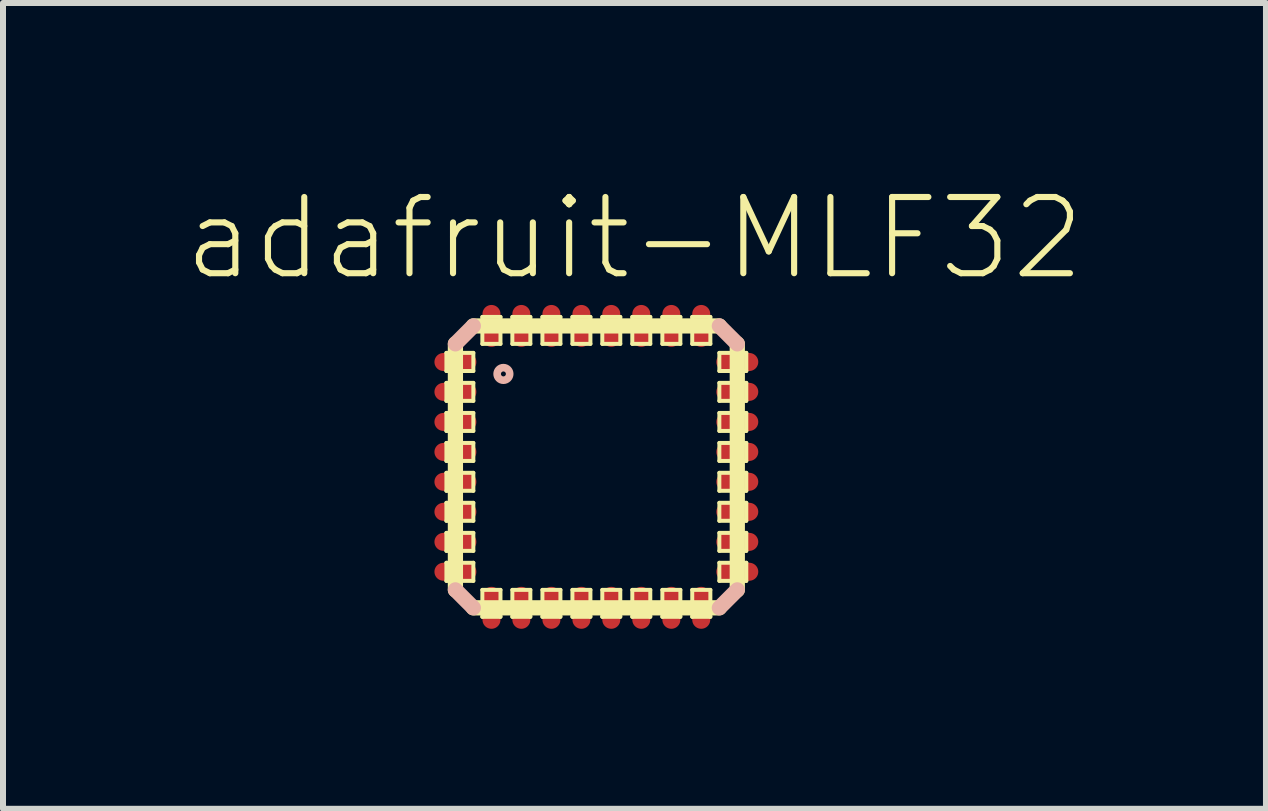
<source format=kicad_pcb>
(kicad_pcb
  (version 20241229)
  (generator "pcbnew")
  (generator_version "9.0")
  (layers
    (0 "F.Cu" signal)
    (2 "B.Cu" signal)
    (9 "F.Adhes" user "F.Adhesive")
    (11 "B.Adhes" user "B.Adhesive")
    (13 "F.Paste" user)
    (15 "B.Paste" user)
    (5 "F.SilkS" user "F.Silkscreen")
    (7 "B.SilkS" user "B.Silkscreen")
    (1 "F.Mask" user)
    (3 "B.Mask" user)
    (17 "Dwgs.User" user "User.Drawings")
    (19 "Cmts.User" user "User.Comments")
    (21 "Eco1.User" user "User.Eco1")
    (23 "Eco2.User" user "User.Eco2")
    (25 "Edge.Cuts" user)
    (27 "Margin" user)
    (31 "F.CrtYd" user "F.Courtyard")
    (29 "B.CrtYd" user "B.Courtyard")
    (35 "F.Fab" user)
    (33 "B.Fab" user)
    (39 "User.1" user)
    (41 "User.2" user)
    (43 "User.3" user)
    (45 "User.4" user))
  (footprint "adafruit-MLF32"
    (layer "F.Cu")
    (at 6.889 4.731)
    (property "Reference" "adafruit-MLF32" (at 0.635 -3.81 0) (layer "F.SilkS") (effects (font (size 1.27 1.27) (thickness 0.102))))
    (attr smd)
    (fp_line (start -2.499 -1.9) (end -2.05 -1.9) (stroke (width 0.066) (type solid)) (layer "F.SilkS"))
    (fp_line (start -2.499 -1.598) (end -2.499 -1.9) (stroke (width 0.066) (type solid)) (layer "F.SilkS"))
    (fp_line (start -2.499 -1.598) (end -2.05 -1.598) (stroke (width 0.066) (type solid)) (layer "F.SilkS"))
    (fp_line (start -2.499 -1.4) (end -2.05 -1.4) (stroke (width 0.066) (type solid)) (layer "F.SilkS"))
    (fp_line (start -2.499 -1.1) (end -2.499 -1.4) (stroke (width 0.066) (type solid)) (layer "F.SilkS"))
    (fp_line (start -2.499 -1.1) (end -2.05 -1.1) (stroke (width 0.066) (type solid)) (layer "F.SilkS"))
    (fp_line (start -2.499 -0.899) (end -2.05 -0.899) (stroke (width 0.066) (type solid)) (layer "F.SilkS"))
    (fp_line (start -2.499 -0.599) (end -2.499 -0.899) (stroke (width 0.066) (type solid)) (layer "F.SilkS"))
    (fp_line (start -2.499 -0.599) (end -2.05 -0.599) (stroke (width 0.066) (type solid)) (layer "F.SilkS"))
    (fp_line (start -2.499 -0.399) (end -2.05 -0.399) (stroke (width 0.066) (type solid)) (layer "F.SilkS"))
    (fp_line (start -2.499 -0.099) (end -2.499 -0.399) (stroke (width 0.066) (type solid)) (layer "F.SilkS"))
    (fp_line (start -2.499 -0.099) (end -2.05 -0.099) (stroke (width 0.066) (type solid)) (layer "F.SilkS"))
    (fp_line (start -2.499 0.099) (end -2.05 0.099) (stroke (width 0.066) (type solid)) (layer "F.SilkS"))
    (fp_line (start -2.499 0.399) (end -2.499 0.099) (stroke (width 0.066) (type solid)) (layer "F.SilkS"))
    (fp_line (start -2.499 0.399) (end -2.05 0.399) (stroke (width 0.066) (type solid)) (layer "F.SilkS"))
    (fp_line (start -2.499 0.599) (end -2.05 0.599) (stroke (width 0.066) (type solid)) (layer "F.SilkS"))
    (fp_line (start -2.499 0.899) (end -2.499 0.599) (stroke (width 0.066) (type solid)) (layer "F.SilkS"))
    (fp_line (start -2.499 0.899) (end -2.05 0.899) (stroke (width 0.066) (type solid)) (layer "F.SilkS"))
    (fp_line (start -2.499 1.1) (end -2.05 1.1) (stroke (width 0.066) (type solid)) (layer "F.SilkS"))
    (fp_line (start -2.499 1.4) (end -2.499 1.1) (stroke (width 0.066) (type solid)) (layer "F.SilkS"))
    (fp_line (start -2.499 1.4) (end -2.05 1.4) (stroke (width 0.066) (type solid)) (layer "F.SilkS"))
    (fp_line (start -2.499 1.598) (end -2.05 1.598) (stroke (width 0.066) (type solid)) (layer "F.SilkS"))
    (fp_line (start -2.499 1.9) (end -2.499 1.598) (stroke (width 0.066) (type solid)) (layer "F.SilkS"))
    (fp_line (start -2.499 1.9) (end -2.05 1.9) (stroke (width 0.066) (type solid)) (layer "F.SilkS"))
    (fp_line (start -2.349 2.05) (end -2.349 -2.05) (stroke (width 0.254) (type solid)) (layer "F.SilkS"))
    (fp_line (start -2.05 -2.349) (end 2.05 -2.349) (stroke (width 0.254) (type solid)) (layer "F.SilkS"))
    (fp_line (start -2.05 -1.598) (end -2.05 -1.9) (stroke (width 0.066) (type solid)) (layer "F.SilkS"))
    (fp_line (start -2.05 -1.1) (end -2.05 -1.4) (stroke (width 0.066) (type solid)) (layer "F.SilkS"))
    (fp_line (start -2.05 -0.599) (end -2.05 -0.899) (stroke (width 0.066) (type solid)) (layer "F.SilkS"))
    (fp_line (start -2.05 -0.099) (end -2.05 -0.399) (stroke (width 0.066) (type solid)) (layer "F.SilkS"))
    (fp_line (start -2.05 0.399) (end -2.05 0.099) (stroke (width 0.066) (type solid)) (layer "F.SilkS"))
    (fp_line (start -2.05 0.899) (end -2.05 0.599) (stroke (width 0.066) (type solid)) (layer "F.SilkS"))
    (fp_line (start -2.05 1.4) (end -2.05 1.1) (stroke (width 0.066) (type solid)) (layer "F.SilkS"))
    (fp_line (start -2.05 1.9) (end -2.05 1.598) (stroke (width 0.066) (type solid)) (layer "F.SilkS"))
    (fp_line (start -1.9 -2.499) (end -1.598 -2.499) (stroke (width 0.066) (type solid)) (layer "F.SilkS"))
    (fp_line (start -1.9 -2.05) (end -1.9 -2.499) (stroke (width 0.066) (type solid)) (layer "F.SilkS"))
    (fp_line (start -1.9 -2.05) (end -1.598 -2.05) (stroke (width 0.066) (type solid)) (layer "F.SilkS"))
    (fp_line (start -1.9 2.05) (end -1.598 2.05) (stroke (width 0.066) (type solid)) (layer "F.SilkS"))
    (fp_line (start -1.9 2.499) (end -1.9 2.05) (stroke (width 0.066) (type solid)) (layer "F.SilkS"))
    (fp_line (start -1.9 2.499) (end -1.598 2.499) (stroke (width 0.066) (type solid)) (layer "F.SilkS"))
    (fp_line (start -1.598 -2.05) (end -1.598 -2.499) (stroke (width 0.066) (type solid)) (layer "F.SilkS"))
    (fp_line (start -1.598 2.499) (end -1.598 2.05) (stroke (width 0.066) (type solid)) (layer "F.SilkS"))
    (fp_line (start -1.4 -2.499) (end -1.1 -2.499) (stroke (width 0.066) (type solid)) (layer "F.SilkS"))
    (fp_line (start -1.4 -2.05) (end -1.4 -2.499) (stroke (width 0.066) (type solid)) (layer "F.SilkS"))
    (fp_line (start -1.4 -2.05) (end -1.1 -2.05) (stroke (width 0.066) (type solid)) (layer "F.SilkS"))
    (fp_line (start -1.4 2.05) (end -1.1 2.05) (stroke (width 0.066) (type solid)) (layer "F.SilkS"))
    (fp_line (start -1.4 2.499) (end -1.4 2.05) (stroke (width 0.066) (type solid)) (layer "F.SilkS"))
    (fp_line (start -1.4 2.499) (end -1.1 2.499) (stroke (width 0.066) (type solid)) (layer "F.SilkS"))
    (fp_line (start -1.1 -2.05) (end -1.1 -2.499) (stroke (width 0.066) (type solid)) (layer "F.SilkS"))
    (fp_line (start -1.1 2.499) (end -1.1 2.05) (stroke (width 0.066) (type solid)) (layer "F.SilkS"))
    (fp_line (start -0.899 -2.499) (end -0.599 -2.499) (stroke (width 0.066) (type solid)) (layer "F.SilkS"))
    (fp_line (start -0.899 -2.05) (end -0.899 -2.499) (stroke (width 0.066) (type solid)) (layer "F.SilkS"))
    (fp_line (start -0.899 -2.05) (end -0.599 -2.05) (stroke (width 0.066) (type solid)) (layer "F.SilkS"))
    (fp_line (start -0.899 2.05) (end -0.599 2.05) (stroke (width 0.066) (type solid)) (layer "F.SilkS"))
    (fp_line (start -0.899 2.499) (end -0.899 2.05) (stroke (width 0.066) (type solid)) (layer "F.SilkS"))
    (fp_line (start -0.899 2.499) (end -0.599 2.499) (stroke (width 0.066) (type solid)) (layer "F.SilkS"))
    (fp_line (start -0.599 -2.05) (end -0.599 -2.499) (stroke (width 0.066) (type solid)) (layer "F.SilkS"))
    (fp_line (start -0.599 2.499) (end -0.599 2.05) (stroke (width 0.066) (type solid)) (layer "F.SilkS"))
    (fp_line (start -0.399 -2.499) (end -0.099 -2.499) (stroke (width 0.066) (type solid)) (layer "F.SilkS"))
    (fp_line (start -0.399 -2.05) (end -0.399 -2.499) (stroke (width 0.066) (type solid)) (layer "F.SilkS"))
    (fp_line (start -0.399 -2.05) (end -0.099 -2.05) (stroke (width 0.066) (type solid)) (layer "F.SilkS"))
    (fp_line (start -0.399 2.05) (end -0.099 2.05) (stroke (width 0.066) (type solid)) (layer "F.SilkS"))
    (fp_line (start -0.399 2.499) (end -0.399 2.05) (stroke (width 0.066) (type solid)) (layer "F.SilkS"))
    (fp_line (start -0.399 2.499) (end -0.099 2.499) (stroke (width 0.066) (type solid)) (layer "F.SilkS"))
    (fp_line (start -0.099 -2.05) (end -0.099 -2.499) (stroke (width 0.066) (type solid)) (layer "F.SilkS"))
    (fp_line (start -0.099 2.499) (end -0.099 2.05) (stroke (width 0.066) (type solid)) (layer "F.SilkS"))
    (fp_line (start 0.099 -2.499) (end 0.399 -2.499) (stroke (width 0.066) (type solid)) (layer "F.SilkS"))
    (fp_line (start 0.099 -2.05) (end 0.099 -2.499) (stroke (width 0.066) (type solid)) (layer "F.SilkS"))
    (fp_line (start 0.099 -2.05) (end 0.399 -2.05) (stroke (width 0.066) (type solid)) (layer "F.SilkS"))
    (fp_line (start 0.099 2.05) (end 0.399 2.05) (stroke (width 0.066) (type solid)) (layer "F.SilkS"))
    (fp_line (start 0.099 2.499) (end 0.099 2.05) (stroke (width 0.066) (type solid)) (layer "F.SilkS"))
    (fp_line (start 0.099 2.499) (end 0.399 2.499) (stroke (width 0.066) (type solid)) (layer "F.SilkS"))
    (fp_line (start 0.399 -2.05) (end 0.399 -2.499) (stroke (width 0.066) (type solid)) (layer "F.SilkS"))
    (fp_line (start 0.399 2.499) (end 0.399 2.05) (stroke (width 0.066) (type solid)) (layer "F.SilkS"))
    (fp_line (start 0.599 -2.499) (end 0.899 -2.499) (stroke (width 0.066) (type solid)) (layer "F.SilkS"))
    (fp_line (start 0.599 -2.05) (end 0.599 -2.499) (stroke (width 0.066) (type solid)) (layer "F.SilkS"))
    (fp_line (start 0.599 -2.05) (end 0.899 -2.05) (stroke (width 0.066) (type solid)) (layer "F.SilkS"))
    (fp_line (start 0.599 2.05) (end 0.899 2.05) (stroke (width 0.066) (type solid)) (layer "F.SilkS"))
    (fp_line (start 0.599 2.499) (end 0.599 2.05) (stroke (width 0.066) (type solid)) (layer "F.SilkS"))
    (fp_line (start 0.599 2.499) (end 0.899 2.499) (stroke (width 0.066) (type solid)) (layer "F.SilkS"))
    (fp_line (start 0.899 -2.05) (end 0.899 -2.499) (stroke (width 0.066) (type solid)) (layer "F.SilkS"))
    (fp_line (start 0.899 2.499) (end 0.899 2.05) (stroke (width 0.066) (type solid)) (layer "F.SilkS"))
    (fp_line (start 1.1 -2.499) (end 1.4 -2.499) (stroke (width 0.066) (type solid)) (layer "F.SilkS"))
    (fp_line (start 1.1 -2.05) (end 1.1 -2.499) (stroke (width 0.066) (type solid)) (layer "F.SilkS"))
    (fp_line (start 1.1 -2.05) (end 1.4 -2.05) (stroke (width 0.066) (type solid)) (layer "F.SilkS"))
    (fp_line (start 1.1 2.05) (end 1.4 2.05) (stroke (width 0.066) (type solid)) (layer "F.SilkS"))
    (fp_line (start 1.1 2.499) (end 1.1 2.05) (stroke (width 0.066) (type solid)) (layer "F.SilkS"))
    (fp_line (start 1.1 2.499) (end 1.4 2.499) (stroke (width 0.066) (type solid)) (layer "F.SilkS"))
    (fp_line (start 1.4 -2.05) (end 1.4 -2.499) (stroke (width 0.066) (type solid)) (layer "F.SilkS"))
    (fp_line (start 1.4 2.499) (end 1.4 2.05) (stroke (width 0.066) (type solid)) (layer "F.SilkS"))
    (fp_line (start 1.598 -2.499) (end 1.9 -2.499) (stroke (width 0.066) (type solid)) (layer "F.SilkS"))
    (fp_line (start 1.598 -2.05) (end 1.598 -2.499) (stroke (width 0.066) (type solid)) (layer "F.SilkS"))
    (fp_line (start 1.598 -2.05) (end 1.9 -2.05) (stroke (width 0.066) (type solid)) (layer "F.SilkS"))
    (fp_line (start 1.598 2.05) (end 1.9 2.05) (stroke (width 0.066) (type solid)) (layer "F.SilkS"))
    (fp_line (start 1.598 2.499) (end 1.598 2.05) (stroke (width 0.066) (type solid)) (layer "F.SilkS"))
    (fp_line (start 1.598 2.499) (end 1.9 2.499) (stroke (width 0.066) (type solid)) (layer "F.SilkS"))
    (fp_line (start 1.9 -2.05) (end 1.9 -2.499) (stroke (width 0.066) (type solid)) (layer "F.SilkS"))
    (fp_line (start 1.9 2.499) (end 1.9 2.05) (stroke (width 0.066) (type solid)) (layer "F.SilkS"))
    (fp_line (start 2.05 -1.9) (end 2.499 -1.9) (stroke (width 0.066) (type solid)) (layer "F.SilkS"))
    (fp_line (start 2.05 -1.598) (end 2.05 -1.9) (stroke (width 0.066) (type solid)) (layer "F.SilkS"))
    (fp_line (start 2.05 -1.598) (end 2.499 -1.598) (stroke (width 0.066) (type solid)) (layer "F.SilkS"))
    (fp_line (start 2.05 -1.4) (end 2.499 -1.4) (stroke (width 0.066) (type solid)) (layer "F.SilkS"))
    (fp_line (start 2.05 -1.1) (end 2.05 -1.4) (stroke (width 0.066) (type solid)) (layer "F.SilkS"))
    (fp_line (start 2.05 -1.1) (end 2.499 -1.1) (stroke (width 0.066) (type solid)) (layer "F.SilkS"))
    (fp_line (start 2.05 -0.899) (end 2.499 -0.899) (stroke (width 0.066) (type solid)) (layer "F.SilkS"))
    (fp_line (start 2.05 -0.599) (end 2.05 -0.899) (stroke (width 0.066) (type solid)) (layer "F.SilkS"))
    (fp_line (start 2.05 -0.599) (end 2.499 -0.599) (stroke (width 0.066) (type solid)) (layer "F.SilkS"))
    (fp_line (start 2.05 -0.399) (end 2.499 -0.399) (stroke (width 0.066) (type solid)) (layer "F.SilkS"))
    (fp_line (start 2.05 -0.099) (end 2.05 -0.399) (stroke (width 0.066) (type solid)) (layer "F.SilkS"))
    (fp_line (start 2.05 -0.099) (end 2.499 -0.099) (stroke (width 0.066) (type solid)) (layer "F.SilkS"))
    (fp_line (start 2.05 0.099) (end 2.499 0.099) (stroke (width 0.066) (type solid)) (layer "F.SilkS"))
    (fp_line (start 2.05 0.399) (end 2.05 0.099) (stroke (width 0.066) (type solid)) (layer "F.SilkS"))
    (fp_line (start 2.05 0.399) (end 2.499 0.399) (stroke (width 0.066) (type solid)) (layer "F.SilkS"))
    (fp_line (start 2.05 0.599) (end 2.499 0.599) (stroke (width 0.066) (type solid)) (layer "F.SilkS"))
    (fp_line (start 2.05 0.899) (end 2.05 0.599) (stroke (width 0.066) (type solid)) (layer "F.SilkS"))
    (fp_line (start 2.05 0.899) (end 2.499 0.899) (stroke (width 0.066) (type solid)) (layer "F.SilkS"))
    (fp_line (start 2.05 1.1) (end 2.499 1.1) (stroke (width 0.066) (type solid)) (layer "F.SilkS"))
    (fp_line (start 2.05 1.4) (end 2.05 1.1) (stroke (width 0.066) (type solid)) (layer "F.SilkS"))
    (fp_line (start 2.05 1.4) (end 2.499 1.4) (stroke (width 0.066) (type solid)) (layer "F.SilkS"))
    (fp_line (start 2.05 1.598) (end 2.499 1.598) (stroke (width 0.066) (type solid)) (layer "F.SilkS"))
    (fp_line (start 2.05 1.9) (end 2.05 1.598) (stroke (width 0.066) (type solid)) (layer "F.SilkS"))
    (fp_line (start 2.05 1.9) (end 2.499 1.9) (stroke (width 0.066) (type solid)) (layer "F.SilkS"))
    (fp_line (start 2.05 2.349) (end -2.05 2.349) (stroke (width 0.254) (type solid)) (layer "F.SilkS"))
    (fp_line (start 2.349 -2.05) (end 2.349 2.05) (stroke (width 0.254) (type solid)) (layer "F.SilkS"))
    (fp_line (start 2.499 -1.598) (end 2.499 -1.9) (stroke (width 0.066) (type solid)) (layer "F.SilkS"))
    (fp_line (start 2.499 -1.1) (end 2.499 -1.4) (stroke (width 0.066) (type solid)) (layer "F.SilkS"))
    (fp_line (start 2.499 -0.599) (end 2.499 -0.899) (stroke (width 0.066) (type solid)) (layer "F.SilkS"))
    (fp_line (start 2.499 -0.099) (end 2.499 -0.399) (stroke (width 0.066) (type solid)) (layer "F.SilkS"))
    (fp_line (start 2.499 0.399) (end 2.499 0.099) (stroke (width 0.066) (type solid)) (layer "F.SilkS"))
    (fp_line (start 2.499 0.899) (end 2.499 0.599) (stroke (width 0.066) (type solid)) (layer "F.SilkS"))
    (fp_line (start 2.499 1.4) (end 2.499 1.1) (stroke (width 0.066) (type solid)) (layer "F.SilkS"))
    (fp_line (start 2.499 1.9) (end 2.499 1.598) (stroke (width 0.066) (type solid)) (layer "F.SilkS"))
    (fp_line (start -2.349 -2.05) (end -2.05 -2.349) (stroke (width 0.254) (type solid)) (layer "B.SilkS"))
    (fp_line (start -2.05 2.349) (end -2.349 2.05) (stroke (width 0.254) (type solid)) (layer "B.SilkS"))
    (fp_line (start 2.05 -2.349) (end 2.349 -2.05) (stroke (width 0.254) (type solid)) (layer "B.SilkS"))
    (fp_line (start 2.349 2.05) (end 2.05 2.349) (stroke (width 0.254) (type solid)) (layer "B.SilkS"))
    (fp_circle (center -1.549 -1.549) (end -1.623 -1.623) (stroke (width 0.127) (type solid)) (fill no) (layer "B.SilkS"))
    (pad "1" smd oval (at -2.349 -1.748) (size 0.699 0.3) (layers "F.Cu" "F.Mask" "F.Paste"))
    (pad "2" smd oval (at -2.349 -1.25) (size 0.699 0.3) (layers "F.Cu" "F.Mask" "F.Paste"))
    (pad "3" smd oval (at -2.349 -0.749) (size 0.699 0.3) (layers "F.Cu" "F.Mask" "F.Paste"))
    (pad "4" smd oval (at -2.349 -0.249) (size 0.699 0.3) (layers "F.Cu" "F.Mask" "F.Paste"))
    (pad "5" smd oval (at -2.349 0.249) (size 0.699 0.3) (layers "F.Cu" "F.Mask" "F.Paste"))
    (pad "6" smd oval (at -2.349 0.749) (size 0.699 0.3) (layers "F.Cu" "F.Mask" "F.Paste"))
    (pad "7" smd oval (at -2.349 1.25) (size 0.699 0.3) (layers "F.Cu" "F.Mask" "F.Paste"))
    (pad "8" smd oval (at -2.349 1.748) (size 0.699 0.3) (layers "F.Cu" "F.Mask" "F.Paste"))
    (pad "9" smd oval (at -1.748 2.349) (size 0.3 0.699) (layers "F.Cu" "F.Mask" "F.Paste"))
    (pad "10" smd oval (at -1.25 2.349) (size 0.3 0.699) (layers "F.Cu" "F.Mask" "F.Paste"))
    (pad "11" smd oval (at -0.749 2.349) (size 0.3 0.699) (layers "F.Cu" "F.Mask" "F.Paste"))
    (pad "12" smd oval (at -0.249 2.349) (size 0.3 0.699) (layers "F.Cu" "F.Mask" "F.Paste"))
    (pad "13" smd oval (at 0.249 2.349) (size 0.3 0.699) (layers "F.Cu" "F.Mask" "F.Paste"))
    (pad "14" smd oval (at 0.749 2.349) (size 0.3 0.699) (layers "F.Cu" "F.Mask" "F.Paste"))
    (pad "15" smd oval (at 1.25 2.349) (size 0.3 0.699) (layers "F.Cu" "F.Mask" "F.Paste"))
    (pad "16" smd oval (at 1.748 2.349) (size 0.3 0.699) (layers "F.Cu" "F.Mask" "F.Paste"))
    (pad "17" smd oval (at 2.349 1.748) (size 0.699 0.3) (layers "F.Cu" "F.Mask" "F.Paste"))
    (pad "18" smd oval (at 2.349 1.25) (size 0.699 0.3) (layers "F.Cu" "F.Mask" "F.Paste"))
    (pad "19" smd oval (at 2.349 0.749) (size 0.699 0.3) (layers "F.Cu" "F.Mask" "F.Paste"))
    (pad "20" smd oval (at 2.349 0.249) (size 0.699 0.3) (layers "F.Cu" "F.Mask" "F.Paste"))
    (pad "21" smd oval (at 2.349 -0.249) (size 0.699 0.3) (layers "F.Cu" "F.Mask" "F.Paste"))
    (pad "22" smd oval (at 2.349 -0.749) (size 0.699 0.3) (layers "F.Cu" "F.Mask" "F.Paste"))
    (pad "23" smd oval (at 2.349 -1.25) (size 0.699 0.3) (layers "F.Cu" "F.Mask" "F.Paste"))
    (pad "24" smd oval (at 2.349 -1.748) (size 0.699 0.3) (layers "F.Cu" "F.Mask" "F.Paste"))
    (pad "25" smd oval (at 1.748 -2.349) (size 0.3 0.699) (layers "F.Cu" "F.Mask" "F.Paste"))
    (pad "26" smd oval (at 1.25 -2.349) (size 0.3 0.699) (layers "F.Cu" "F.Mask" "F.Paste"))
    (pad "27" smd oval (at 0.749 -2.349) (size 0.3 0.699) (layers "F.Cu" "F.Mask" "F.Paste"))
    (pad "28" smd oval (at 0.249 -2.349) (size 0.3 0.699) (layers "F.Cu" "F.Mask" "F.Paste"))
    (pad "29" smd oval (at -0.249 -2.349) (size 0.3 0.699) (layers "F.Cu" "F.Mask" "F.Paste"))
    (pad "30" smd oval (at -0.749 -2.349) (size 0.3 0.699) (layers "F.Cu" "F.Mask" "F.Paste"))
    (pad "31" smd oval (at -1.25 -2.349) (size 0.3 0.699) (layers "F.Cu" "F.Mask" "F.Paste"))
    (pad "32" smd oval (at -1.748 -2.349) (size 0.3 0.699) (layers "F.Cu" "F.Mask" "F.Paste")))
  (gr_rect
    (start -3 -3)
    (end 18.049 10.43)
    (stroke (width 0.1) (type default))
    (fill no)
    (layer "Edge.Cuts")))
</source>
